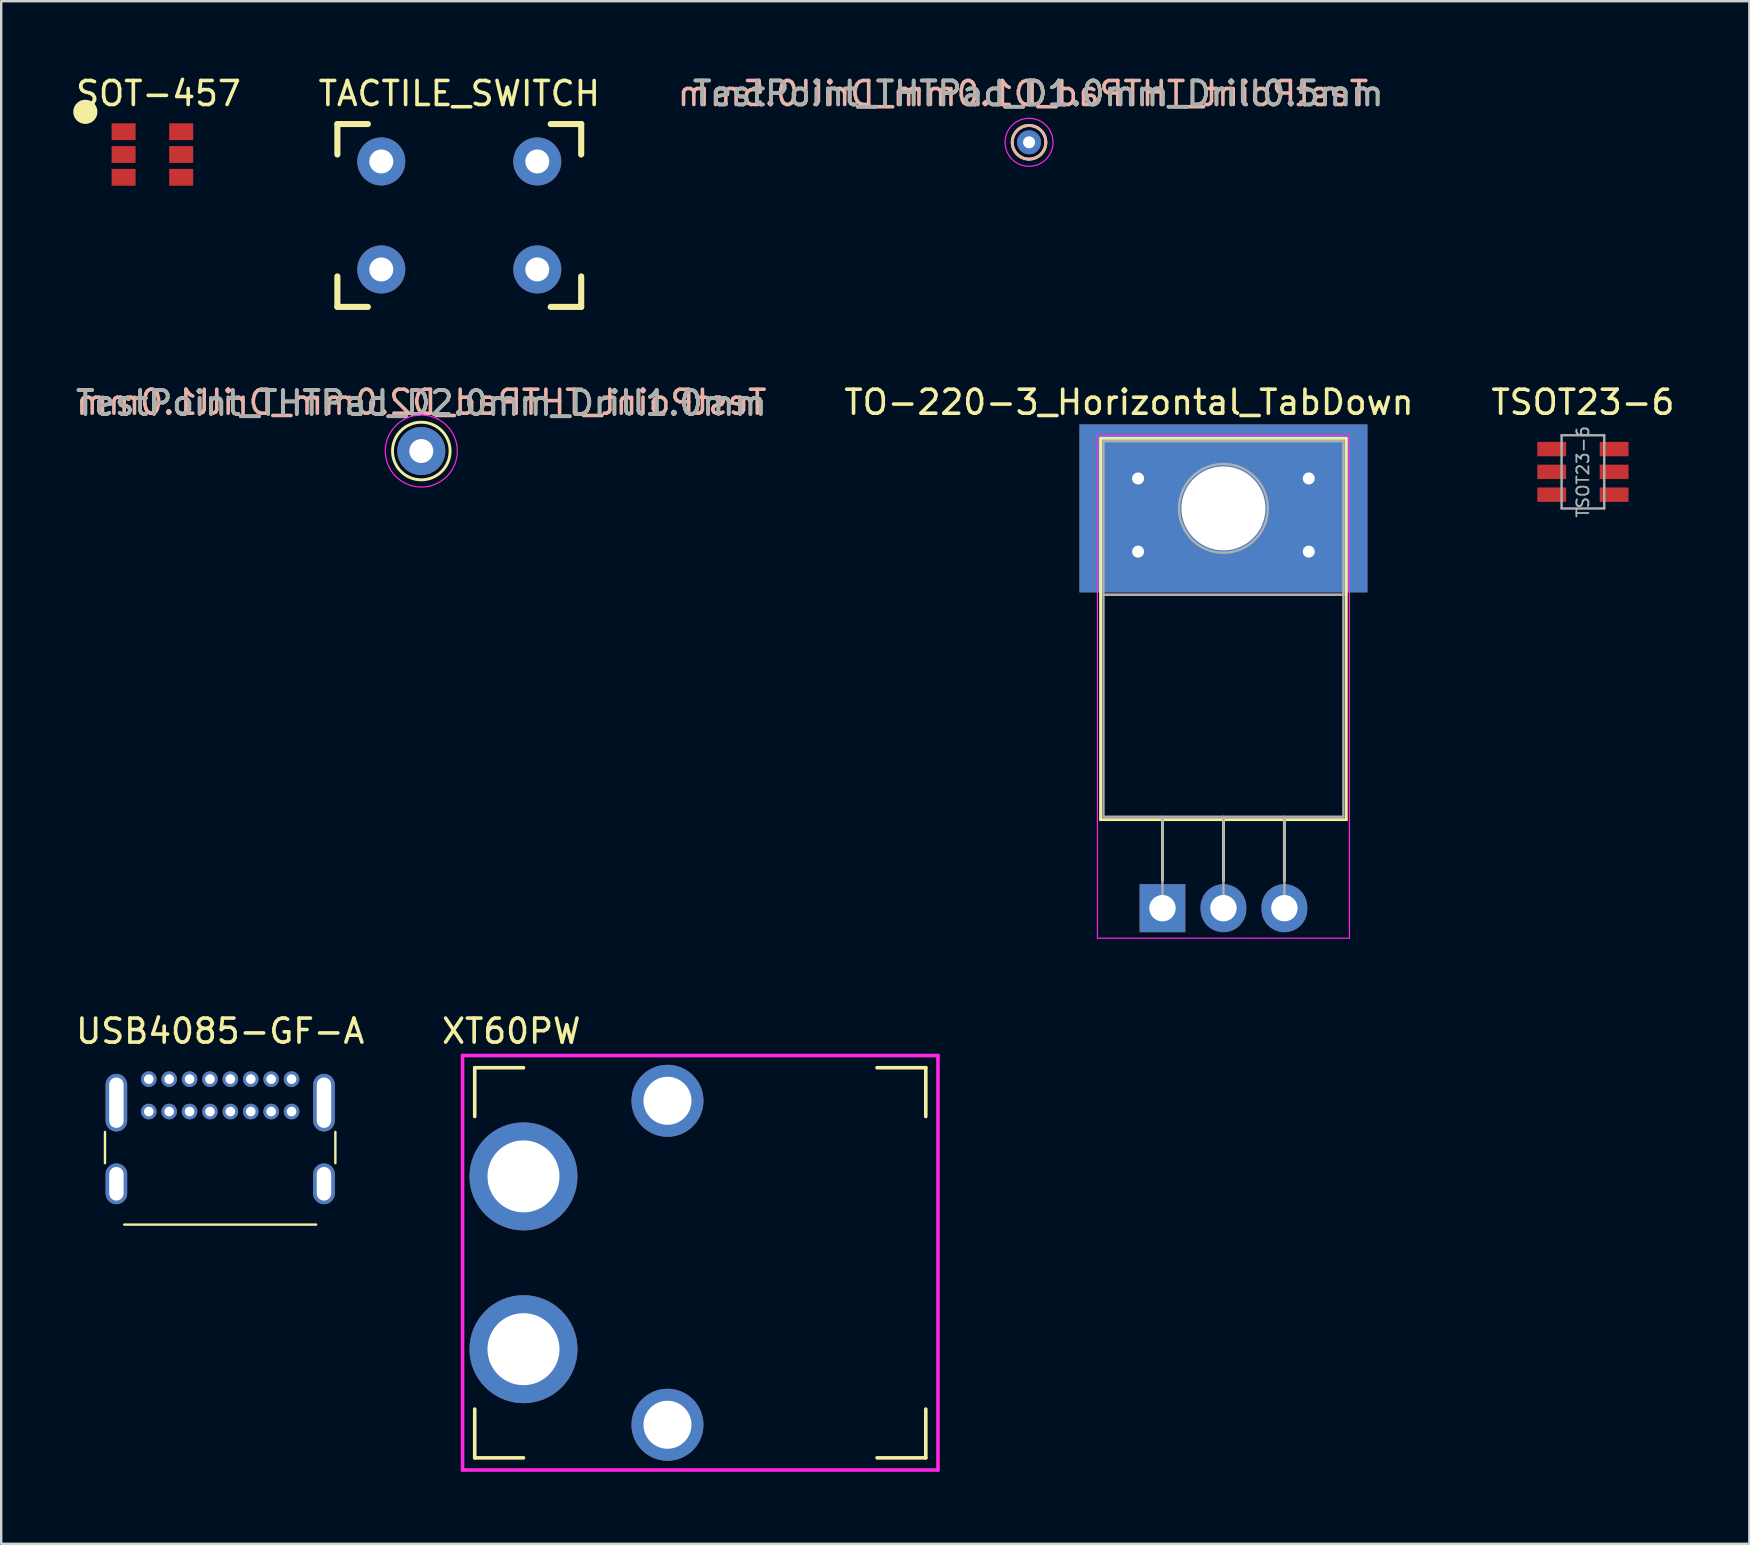
<source format=kicad_pcb>
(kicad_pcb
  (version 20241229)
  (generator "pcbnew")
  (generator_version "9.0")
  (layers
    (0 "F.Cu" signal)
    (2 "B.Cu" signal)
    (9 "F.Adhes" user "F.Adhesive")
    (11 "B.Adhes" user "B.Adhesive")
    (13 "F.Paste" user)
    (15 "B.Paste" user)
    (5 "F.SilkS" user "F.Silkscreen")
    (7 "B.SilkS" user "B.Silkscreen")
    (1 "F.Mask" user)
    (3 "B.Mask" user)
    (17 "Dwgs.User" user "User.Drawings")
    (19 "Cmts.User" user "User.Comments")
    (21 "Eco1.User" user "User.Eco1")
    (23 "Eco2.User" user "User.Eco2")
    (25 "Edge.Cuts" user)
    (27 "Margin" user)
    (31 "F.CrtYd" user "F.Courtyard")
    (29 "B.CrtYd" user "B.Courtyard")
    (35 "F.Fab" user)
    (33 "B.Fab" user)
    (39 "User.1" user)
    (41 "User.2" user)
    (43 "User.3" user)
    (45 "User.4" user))
  (footprint "SOT-457"
    (layer "F.Cu")
    (at 3.3 3.388)
    (property "Reference" "SOT-457" (at 0.254 -2.54 0) (layer "F.SilkS") (effects (font (size 1 1) (thickness 0.15))))
    (attr through_hole)
    (fp_circle (center -2.794 -1.778) (end -2.54 -1.778) (stroke (width 0.5) (type solid)) (fill no) (layer "F.SilkS"))
    (pad "1" smd rect (at -1.2 -0.95) (size 1 0.7) (layers "F.Cu" "F.Mask" "F.Paste"))
    (pad "2" smd rect (at -1.2 0) (size 1 0.7) (layers "F.Cu" "F.Mask" "F.Paste"))
    (pad "3" smd rect (at -1.2 0.95) (size 1 0.7) (layers "F.Cu" "F.Mask" "F.Paste"))
    (pad "4" smd rect (at 1.2 0.95) (size 1 0.7) (layers "F.Cu" "F.Mask" "F.Paste"))
    (pad "5" smd rect (at 1.2 0) (size 1 0.7) (layers "F.Cu" "F.Mask" "F.Paste"))
    (pad "6" smd rect (at 1.2 -0.95) (size 1 0.7) (layers "F.Cu" "F.Mask" "F.Paste")))
  (footprint "USB4085-GF-A"
    (layer "F.Cu")
    (at 6.125 41.919)
    (property "Reference" "USB4085-GF-A" (at 0 -2 0) (layer "F.SilkS") (effects (font (size 1 1) (thickness 0.15))))
    (attr through_hole)
    (fp_line (start -4.8 2.2) (end -4.8 3.5) (stroke (width 0.1) (type solid)) (layer "F.SilkS"))
    (fp_line (start -4 6.06) (end 4 6.06) (stroke (width 0.1) (type solid)) (layer "F.SilkS"))
    (fp_line (start 4.8 2.2) (end 4.8 3.5) (stroke (width 0.1) (type solid)) (layer "F.SilkS"))
    (pad "A1" thru_hole circle (at -2.975 0) (size 0.65 0.65) (drill 0.4) (layers "*.Cu" "*.Mask"))
    (pad "A4" thru_hole circle (at -2.125 0) (size 0.65 0.65) (drill 0.4) (layers "*.Cu" "*.Mask"))
    (pad "A5" thru_hole circle (at -1.275 0) (size 0.65 0.65) (drill 0.4) (layers "*.Cu" "*.Mask"))
    (pad "A6" thru_hole circle (at -0.425 0) (size 0.65 0.65) (drill 0.4) (layers "*.Cu" "*.Mask"))
    (pad "A7" thru_hole circle (at 0.425 0) (size 0.65 0.65) (drill 0.4) (layers "*.Cu" "*.Mask"))
    (pad "A8" thru_hole circle (at 1.275 0) (size 0.65 0.65) (drill 0.4) (layers "*.Cu" "*.Mask"))
    (pad "A9" thru_hole circle (at 2.125 0) (size 0.65 0.65) (drill 0.4) (layers "*.Cu" "*.Mask"))
    (pad "A12" thru_hole circle (at 2.975 0) (size 0.65 0.65) (drill 0.4) (layers "*.Cu" "*.Mask"))
    (pad "B1" thru_hole circle (at 2.975 1.35) (size 0.65 0.65) (drill 0.4) (layers "*.Cu" "*.Mask"))
    (pad "B4" thru_hole circle (at 2.125 1.35) (size 0.65 0.65) (drill 0.4) (layers "*.Cu" "*.Mask"))
    (pad "B5" thru_hole circle (at 1.275 1.35) (size 0.65 0.65) (drill 0.4) (layers "*.Cu" "*.Mask"))
    (pad "B6" thru_hole circle (at 0.425 1.35) (size 0.65 0.65) (drill 0.4) (layers "*.Cu" "*.Mask"))
    (pad "B7" thru_hole circle (at -0.425 1.35) (size 0.65 0.65) (drill 0.4) (layers "*.Cu" "*.Mask"))
    (pad "B8" thru_hole circle (at -1.275 1.35) (size 0.65 0.65) (drill 0.4) (layers "*.Cu" "*.Mask"))
    (pad "B9" thru_hole circle (at -2.125 1.35) (size 0.65 0.65) (drill 0.4) (layers "*.Cu" "*.Mask"))
    (pad "B12" thru_hole circle (at -2.975 1.35) (size 0.65 0.65) (drill 0.4) (layers "*.Cu" "*.Mask"))
    (pad "S" thru_hole oval (at -4.325 0.98) (size 0.9 2.4) (drill oval 0.6 2.1) (layers "*.Cu" "*.Mask"))
    (pad "S" thru_hole oval (at -4.325 4.36) (size 0.9 1.7) (drill oval 0.6 1.4) (layers "*.Cu" "*.Mask"))
    (pad "S" thru_hole oval (at 4.325 0.98) (size 0.9 2.4) (drill oval 0.6 2.1) (layers "*.Cu" "*.Mask"))
    (pad "S" thru_hole oval (at 4.325 4.36) (size 0.9 1.7) (drill oval 0.6 1.4) (layers "*.Cu" "*.Mask")))
  (footprint "TO-220-3_Horizontal_TabDown"
    (layer "F.Cu")
    (at 45.391 34.795)
    (property "Reference" "TO-220-3_Horizontal_TabDown" (at -1.397 -21.082 0) (layer "F.SilkS") (effects (font (size 1 1) (thickness 0.15))))
    (attr through_hole)
    (fp_line (start -2.58 -19.58) (end -2.58 -3.69) (stroke (width 0.12) (type solid)) (layer "F.SilkS"))
    (fp_line (start -2.58 -19.58) (end 7.66 -19.58) (stroke (width 0.12) (type solid)) (layer "F.SilkS"))
    (fp_line (start -2.58 -3.69) (end 7.66 -3.69) (stroke (width 0.12) (type solid)) (layer "F.SilkS"))
    (fp_line (start 0 -3.69) (end 0 -1.15) (stroke (width 0.12) (type solid)) (layer "F.SilkS"))
    (fp_line (start 2.54 -3.69) (end 2.54 -1.15) (stroke (width 0.12) (type solid)) (layer "F.SilkS"))
    (fp_line (start 5.08 -3.69) (end 5.08 -1.15) (stroke (width 0.12) (type solid)) (layer "F.SilkS"))
    (fp_line (start 7.66 -19.58) (end 7.66 -3.69) (stroke (width 0.12) (type solid)) (layer "F.SilkS"))
    (fp_line (start -2.71 -19.71) (end -2.71 1.25) (stroke (width 0.05) (type solid)) (layer "F.CrtYd"))
    (fp_line (start -2.71 1.25) (end 7.79 1.25) (stroke (width 0.05) (type solid)) (layer "F.CrtYd"))
    (fp_line (start 7.79 -19.71) (end -2.71 -19.71) (stroke (width 0.05) (type solid)) (layer "F.CrtYd"))
    (fp_line (start 7.79 1.25) (end 7.79 -19.71) (stroke (width 0.05) (type solid)) (layer "F.CrtYd"))
    (fp_line (start -2.46 -19.46) (end 7.54 -19.46) (stroke (width 0.1) (type solid)) (layer "F.Fab"))
    (fp_line (start -2.46 -13.06) (end -2.46 -19.46) (stroke (width 0.1) (type solid)) (layer "F.Fab"))
    (fp_line (start -2.46 -13.06) (end 7.54 -13.06) (stroke (width 0.1) (type solid)) (layer "F.Fab"))
    (fp_line (start -2.46 -3.81) (end -2.46 -13.06) (stroke (width 0.1) (type solid)) (layer "F.Fab"))
    (fp_line (start 0 -3.81) (end 0 0) (stroke (width 0.1) (type solid)) (layer "F.Fab"))
    (fp_line (start 2.54 -3.81) (end 2.54 0) (stroke (width 0.1) (type solid)) (layer "F.Fab"))
    (fp_line (start 5.08 -3.81) (end 5.08 0) (stroke (width 0.1) (type solid)) (layer "F.Fab"))
    (fp_line (start 7.54 -19.46) (end 7.54 -13.06) (stroke (width 0.1) (type solid)) (layer "F.Fab"))
    (fp_line (start 7.54 -13.06) (end -2.46 -13.06) (stroke (width 0.1) (type solid)) (layer "F.Fab"))
    (fp_line (start 7.54 -13.06) (end 7.54 -3.81) (stroke (width 0.1) (type solid)) (layer "F.Fab"))
    (fp_line (start 7.54 -3.81) (end -2.46 -3.81) (stroke (width 0.1) (type solid)) (layer "F.Fab"))
    (fp_circle (center 2.54 -16.66) (end 4.39 -16.66) (stroke (width 0.1) (type solid)) (fill no) (layer "F.Fab"))
    (pad "1" thru_hole rect (at 0 0) (size 1.905 2) (drill 1.1) (layers "*.Cu" "*.Mask"))
    (pad "2" thru_hole oval (at 2.54 0) (size 1.905 2) (drill 1.1) (layers "*.Cu" "*.Mask"))
    (pad "3" thru_hole oval (at 5.08 0) (size 1.905 2) (drill 1.1) (layers "*.Cu" "*.Mask"))
    (pad "4" thru_hole circle (at -1.016 -17.907) (size 1 1) (drill 0.5) (layers "*.Cu" "*.Mask"))
    (pad "4" thru_hole circle (at -1.016 -14.859) (size 1 1) (drill 0.5) (layers "*.Cu" "*.Mask"))
    (pad "4" thru_hole rect (at 2.54 -16.66) (size 12 7) (drill 3.5) (layers "*.Cu" "*.Mask"))
    (pad "4" thru_hole circle (at 6.096 -17.907) (size 1 1) (drill 0.5) (layers "*.Cu" "*.Mask"))
    (pad "4" thru_hole circle (at 6.096 -14.859 90) (size 1 1) (drill 0.5) (layers "*.Cu" "*.Mask")))
  (footprint "TACTILE_SWITCH"
    (layer "F.Cu")
    (at 16.089 5.928)
    (property "Reference" "TACTILE_SWITCH" (at 0 -5.08 0) (layer "F.SilkS") (effects (font (size 1 1) (thickness 0.15))))
    (attr through_hole)
    (fp_line (start -5.08 -3.81) (end -3.81 -3.81) (stroke (width 0.254) (type solid)) (layer "F.SilkS"))
    (fp_line (start -5.08 -2.54) (end -5.08 -3.81) (stroke (width 0.254) (type solid)) (layer "F.SilkS"))
    (fp_line (start -5.08 3.81) (end -5.08 2.54) (stroke (width 0.254) (type solid)) (layer "F.SilkS"))
    (fp_line (start -3.81 3.81) (end -5.08 3.81) (stroke (width 0.254) (type solid)) (layer "F.SilkS"))
    (fp_line (start 3.81 -3.81) (end 5.08 -3.81) (stroke (width 0.254) (type solid)) (layer "F.SilkS"))
    (fp_line (start 5.08 -3.81) (end 5.08 -2.54) (stroke (width 0.254) (type solid)) (layer "F.SilkS"))
    (fp_line (start 5.08 2.54) (end 5.08 3.81) (stroke (width 0.254) (type solid)) (layer "F.SilkS"))
    (fp_line (start 5.08 3.81) (end 3.81 3.81) (stroke (width 0.254) (type solid)) (layer "F.SilkS"))
    (pad "1" thru_hole circle (at -3.25 -2.25) (size 2 2) (drill 1) (layers "*.Cu" "*.Mask"))
    (pad "1" thru_hole circle (at 3.25 -2.25) (size 2 2) (drill 1) (layers "*.Cu" "*.Mask"))
    (pad "2" thru_hole circle (at -3.25 2.25) (size 2 2) (drill 1) (layers "*.Cu" "*.Mask"))
    (pad "2" thru_hole circle (at 3.25 2.25) (size 2 2) (drill 1) (layers "*.Cu" "*.Mask")))
  (footprint "XT60PW"
    (layer "F.Cu")
    (at 18.764 49.571)
    (property "Reference" "XT60PW" (at -0.508 -9.652 0) (layer "F.SilkS") (effects (font (size 1 1) (thickness 0.15))))
    (attr through_hole)
    (fp_line (start -2.032 -8.128) (end 0 -8.128) (stroke (width 0.15) (type solid)) (layer "F.SilkS"))
    (fp_line (start -2.032 -6.096) (end -2.032 -8.128) (stroke (width 0.15) (type solid)) (layer "F.SilkS"))
    (fp_line (start -2.032 8.128) (end -2.032 6.096) (stroke (width 0.15) (type solid)) (layer "F.SilkS"))
    (fp_line (start 0 8.128) (end -2.032 8.128) (stroke (width 0.15) (type solid)) (layer "F.SilkS"))
    (fp_line (start 14.732 -8.128) (end 16.764 -8.128) (stroke (width 0.15) (type solid)) (layer "F.SilkS"))
    (fp_line (start 16.764 -8.128) (end 16.764 -6.096) (stroke (width 0.15) (type solid)) (layer "F.SilkS"))
    (fp_line (start 16.764 6.096) (end 16.764 8.128) (stroke (width 0.15) (type solid)) (layer "F.SilkS"))
    (fp_line (start 16.764 8.128) (end 14.732 8.128) (stroke (width 0.15) (type solid)) (layer "F.SilkS"))
    (fp_line (start -2.54 -8.636) (end 17.272 -8.636) (stroke (width 0.15) (type solid)) (layer "F.CrtYd"))
    (fp_line (start -2.54 8.636) (end -2.54 -8.636) (stroke (width 0.15) (type solid)) (layer "F.CrtYd"))
    (fp_line (start 17.272 -8.636) (end 17.272 8.636) (stroke (width 0.15) (type solid)) (layer "F.CrtYd"))
    (fp_line (start 17.272 8.636) (end -2.54 8.636) (stroke (width 0.15) (type solid)) (layer "F.CrtYd"))
    (pad "" thru_hole circle (at 6 -6.75) (size 3 3) (drill 2) (layers "*.Cu" "*.Mask"))
    (pad "" thru_hole circle (at 6 6.75) (size 3 3) (drill 2) (layers "*.Cu" "*.Mask"))
    (pad "1" thru_hole circle (at 0 -3.6) (size 4.5 4.5) (drill 3) (layers "*.Cu" "*.Mask"))
    (pad "2" thru_hole circle (at 0 3.6) (size 4.5 4.5) (drill 3) (layers "*.Cu" "*.Mask")))
  (footprint "TestPoint_THTPad_D2.0mm_Drill1.0mm"
    (layer "F.Cu")
    (at 14.506 15.745)
    (property "Reference" "TestPoint_THTPad_D2.0mm_Drill1.0mm" (at 0 -1.998 0) (layer "F.SilkS") (effects (font (size 1 1) (thickness 0.15))))
    (attr exclude_from_pos_files exclude_from_bom)
    (fp_circle (center 0 0) (end 0 1.2) (stroke (width 0.12) (type solid)) (fill no) (layer "F.SilkS"))
    (fp_circle (center 0 0) (end 1.5 0) (stroke (width 0.05) (type solid)) (fill no) (layer "F.CrtYd"))
    (fp_text user "${REFERENCE}" (at 0 -2.032 0) (layer "B.SilkS") (effects (font (size 1 1) (thickness 0.15)) (justify mirror)))
    (fp_text user "${REFERENCE}" (at 0 -2 0) (layer "F.Fab") (effects (font (size 1 1) (thickness 0.15))))
    (pad "1" thru_hole circle (at 0 0) (size 2 2) (drill 1) (layers "*.Cu" "*.Mask")))
  (footprint "TestPoint_THTPad_D1.0mm_Drill0.5mm"
    (layer "F.Cu")
    (at 39.831 2.88)
    (property "Reference" "TestPoint_THTPad_D1.0mm_Drill0.5mm" (at 0.381 -2.032 0) (layer "F.SilkS") (effects (font (size 1 1) (thickness 0.15))))
    (attr exclude_from_pos_files exclude_from_bom)
    (fp_circle (center 0 0) (end 0 0.7) (stroke (width 0.12) (type solid)) (fill no) (layer "F.SilkS"))
    (fp_circle (center 0 0) (end 0.7 0) (stroke (width 0.12) (type solid)) (fill no) (layer "B.SilkS"))
    (fp_circle (center 0 0) (end 1 0) (stroke (width 0.05) (type solid)) (fill no) (layer "F.CrtYd"))
    (fp_text user "${REFERENCE}" (at -0.254 -2.032 0) (layer "B.SilkS") (effects (font (size 1 1) (thickness 0.15)) (justify mirror)))
    (fp_text user "${REFERENCE}" (at 0.381 -2.032 0) (layer "F.Fab") (effects (font (size 1 1) (thickness 0.15))))
    (pad "1" thru_hole circle (at 0 0) (size 1 1) (drill 0.5) (layers "*.Cu" "*.Mask")))
  (footprint "TSOT23-6"
    (layer "F.Cu")
    (at 62.911 16.613)
    (property "Reference" "TSOT23-6" (at 0 -2.9 0) (layer "F.SilkS") (effects (font (size 1 1) (thickness 0.15))))
    (attr smd)
    (fp_line (start -0.889 -1.524) (end -0.889 1.524) (stroke (width 0.1) (type solid)) (layer "F.Fab"))
    (fp_line (start 0.889 -1.524) (end -0.889 -1.524) (stroke (width 0.1) (type solid)) (layer "F.Fab"))
    (fp_line (start 0.889 -1.524) (end 0.889 1.524) (stroke (width 0.1) (type solid)) (layer "F.Fab"))
    (fp_line (start 0.889 1.524) (end -0.889 1.524) (stroke (width 0.1) (type solid)) (layer "F.Fab"))
    (fp_text user "${REFERENCE}" (at 0 0 90) (layer "F.Fab") (effects (font (size 0.5 0.5) (thickness 0.075))))
    (pad "1" smd rect (at -1.3 -0.95) (size 1.2 0.6) (layers "F.Cu" "F.Mask" "F.Paste"))
    (pad "2" smd rect (at -1.3 0) (size 1.2 0.6) (layers "F.Cu" "F.Mask" "F.Paste"))
    (pad "3" smd rect (at -1.3 0.95) (size 1.2 0.6) (layers "F.Cu" "F.Mask" "F.Paste"))
    (pad "4" smd rect (at 1.3 0.95) (size 1.2 0.6) (layers "F.Cu" "F.Mask" "F.Paste"))
    (pad "5" smd rect (at 1.3 0) (size 1.2 0.6) (layers "F.Cu" "F.Mask" "F.Paste"))
    (pad "6" smd rect (at 1.3 -0.95) (size 1.2 0.6) (layers "F.Cu" "F.Mask" "F.Paste")))
  (gr_rect
    (start -3 -3)
    (end 69.845 61.282)
    (stroke (width 0.1) (type default))
    (fill no)
    (layer "Edge.Cuts")))
</source>
